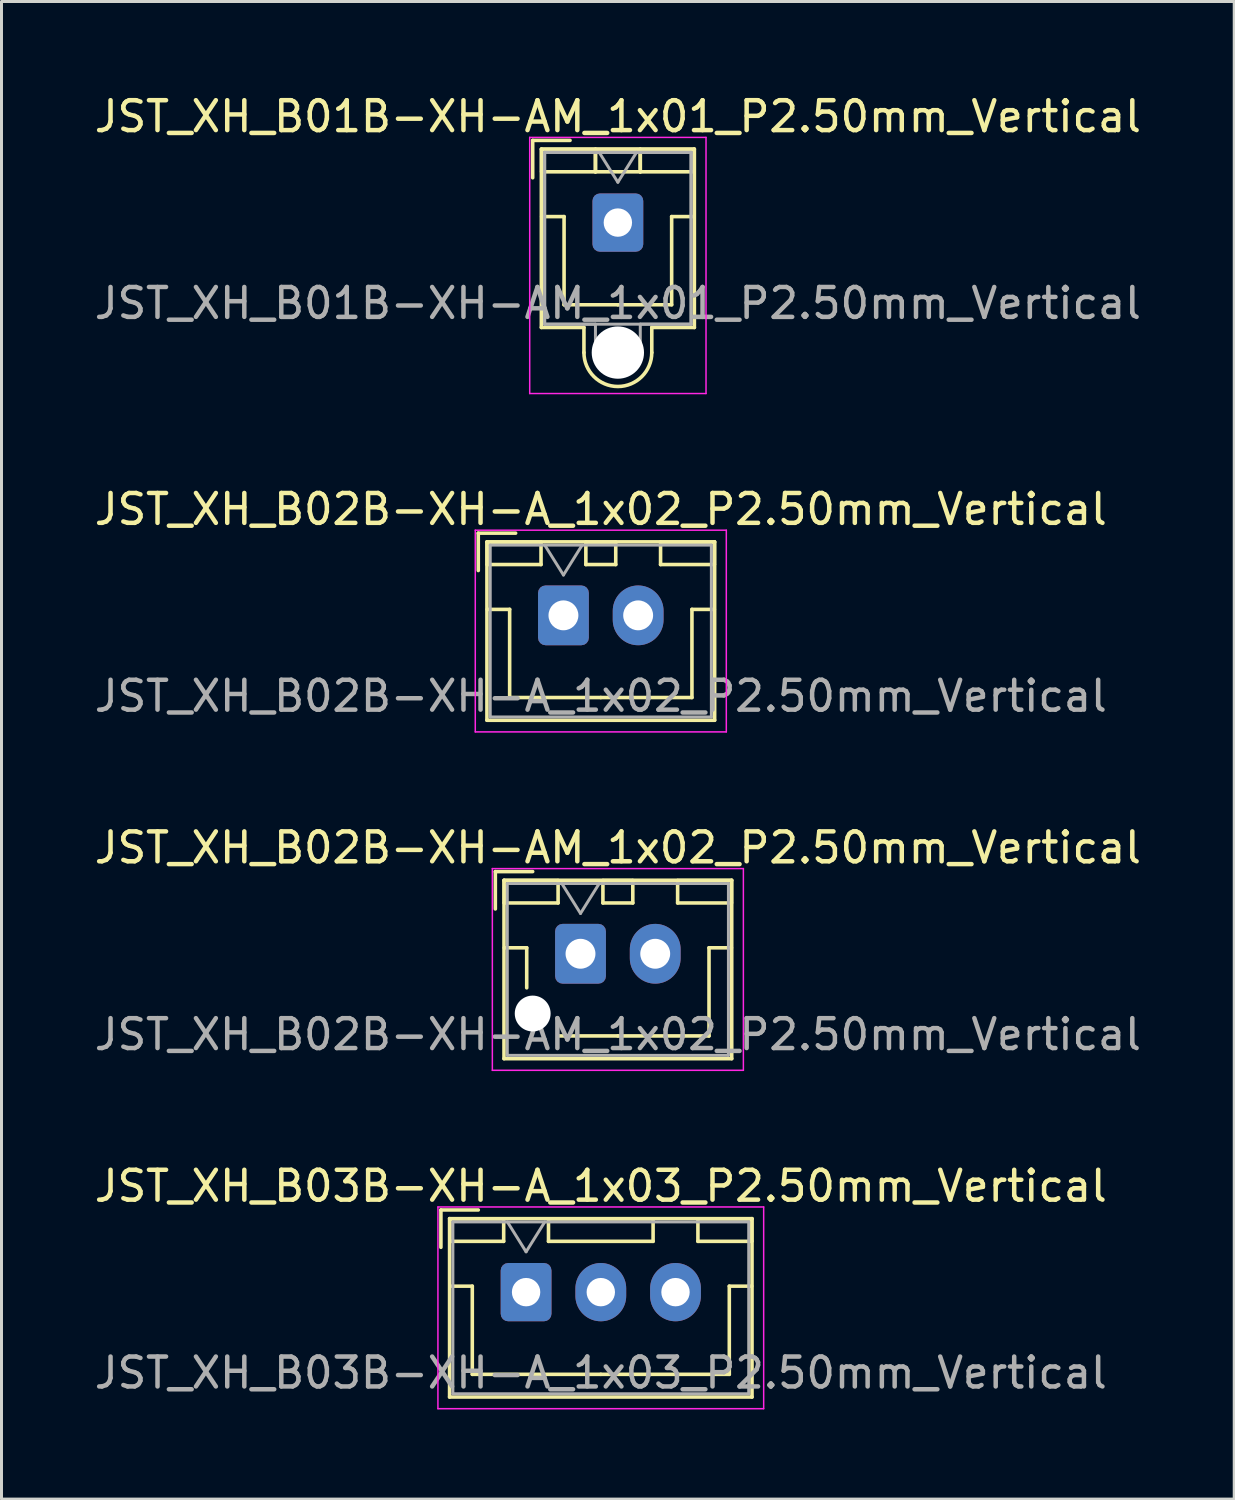
<source format=kicad_pcb>
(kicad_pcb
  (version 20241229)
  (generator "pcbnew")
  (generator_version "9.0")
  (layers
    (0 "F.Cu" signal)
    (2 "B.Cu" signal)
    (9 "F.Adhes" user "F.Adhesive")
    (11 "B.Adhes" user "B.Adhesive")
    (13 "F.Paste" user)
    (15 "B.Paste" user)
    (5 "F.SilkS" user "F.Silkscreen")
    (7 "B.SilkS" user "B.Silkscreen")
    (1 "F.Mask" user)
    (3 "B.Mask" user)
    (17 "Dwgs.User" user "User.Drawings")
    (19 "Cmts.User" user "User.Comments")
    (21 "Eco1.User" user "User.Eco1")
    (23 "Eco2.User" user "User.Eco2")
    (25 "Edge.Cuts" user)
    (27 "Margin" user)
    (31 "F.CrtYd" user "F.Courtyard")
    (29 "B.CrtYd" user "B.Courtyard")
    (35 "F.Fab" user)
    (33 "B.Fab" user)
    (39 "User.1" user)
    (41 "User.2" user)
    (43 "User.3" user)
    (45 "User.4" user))
  (footprint "JST_XH_B03B-XH-A_1x03_P2.50mm_Vertical"
    (layer "F.Cu")
    (at 14.554 40.188)
    (property "Reference" "JST_XH_B03B-XH-A_1x03_P2.50mm_Vertical" (at 2.5 -3.55 0) (layer "F.SilkS") (effects (font (size 1 1) (thickness 0.15))))
    (attr through_hole)
    (fp_line (start -2.85 -2.75) (end -2.85 -1.5) (stroke (width 0.12) (type solid)) (layer "F.SilkS"))
    (fp_line (start -2.56 -2.46) (end -2.56 3.51) (stroke (width 0.12) (type solid)) (layer "F.SilkS"))
    (fp_line (start -2.56 3.51) (end 7.56 3.51) (stroke (width 0.12) (type solid)) (layer "F.SilkS"))
    (fp_line (start -2.55 -2.45) (end -2.55 -1.7) (stroke (width 0.12) (type solid)) (layer "F.SilkS"))
    (fp_line (start -2.55 -1.7) (end -0.75 -1.7) (stroke (width 0.12) (type solid)) (layer "F.SilkS"))
    (fp_line (start -2.55 -0.2) (end -1.8 -0.2) (stroke (width 0.12) (type solid)) (layer "F.SilkS"))
    (fp_line (start -1.8 -0.2) (end -1.8 2.75) (stroke (width 0.12) (type solid)) (layer "F.SilkS"))
    (fp_line (start -1.8 2.75) (end 2.5 2.75) (stroke (width 0.12) (type solid)) (layer "F.SilkS"))
    (fp_line (start -1.6 -2.75) (end -2.85 -2.75) (stroke (width 0.12) (type solid)) (layer "F.SilkS"))
    (fp_line (start -0.75 -2.45) (end -2.55 -2.45) (stroke (width 0.12) (type solid)) (layer "F.SilkS"))
    (fp_line (start -0.75 -1.7) (end -0.75 -2.45) (stroke (width 0.12) (type solid)) (layer "F.SilkS"))
    (fp_line (start 0.75 -2.45) (end 0.75 -1.7) (stroke (width 0.12) (type solid)) (layer "F.SilkS"))
    (fp_line (start 0.75 -1.7) (end 4.25 -1.7) (stroke (width 0.12) (type solid)) (layer "F.SilkS"))
    (fp_line (start 4.25 -2.45) (end 0.75 -2.45) (stroke (width 0.12) (type solid)) (layer "F.SilkS"))
    (fp_line (start 4.25 -1.7) (end 4.25 -2.45) (stroke (width 0.12) (type solid)) (layer "F.SilkS"))
    (fp_line (start 5.75 -2.45) (end 5.75 -1.7) (stroke (width 0.12) (type solid)) (layer "F.SilkS"))
    (fp_line (start 5.75 -1.7) (end 7.55 -1.7) (stroke (width 0.12) (type solid)) (layer "F.SilkS"))
    (fp_line (start 6.8 -0.2) (end 6.8 2.75) (stroke (width 0.12) (type solid)) (layer "F.SilkS"))
    (fp_line (start 6.8 2.75) (end 2.5 2.75) (stroke (width 0.12) (type solid)) (layer "F.SilkS"))
    (fp_line (start 7.55 -2.45) (end 5.75 -2.45) (stroke (width 0.12) (type solid)) (layer "F.SilkS"))
    (fp_line (start 7.55 -1.7) (end 7.55 -2.45) (stroke (width 0.12) (type solid)) (layer "F.SilkS"))
    (fp_line (start 7.55 -0.2) (end 6.8 -0.2) (stroke (width 0.12) (type solid)) (layer "F.SilkS"))
    (fp_line (start 7.56 -2.46) (end -2.56 -2.46) (stroke (width 0.12) (type solid)) (layer "F.SilkS"))
    (fp_line (start 7.56 3.51) (end 7.56 -2.46) (stroke (width 0.12) (type solid)) (layer "F.SilkS"))
    (fp_line (start -2.95 -2.85) (end -2.95 3.9) (stroke (width 0.05) (type solid)) (layer "F.CrtYd"))
    (fp_line (start -2.95 3.9) (end 7.95 3.9) (stroke (width 0.05) (type solid)) (layer "F.CrtYd"))
    (fp_line (start 7.95 -2.85) (end -2.95 -2.85) (stroke (width 0.05) (type solid)) (layer "F.CrtYd"))
    (fp_line (start 7.95 3.9) (end 7.95 -2.85) (stroke (width 0.05) (type solid)) (layer "F.CrtYd"))
    (fp_line (start -2.45 -2.35) (end -2.45 3.4) (stroke (width 0.1) (type solid)) (layer "F.Fab"))
    (fp_line (start -2.45 3.4) (end 7.45 3.4) (stroke (width 0.1) (type solid)) (layer "F.Fab"))
    (fp_line (start -0.625 -2.35) (end 0 -1.35) (stroke (width 0.1) (type solid)) (layer "F.Fab"))
    (fp_line (start 0 -1.35) (end 0.625 -2.35) (stroke (width 0.1) (type solid)) (layer "F.Fab"))
    (fp_line (start 7.45 -2.35) (end -2.45 -2.35) (stroke (width 0.1) (type solid)) (layer "F.Fab"))
    (fp_line (start 7.45 3.4) (end 7.45 -2.35) (stroke (width 0.1) (type solid)) (layer "F.Fab"))
    (fp_text user "${REFERENCE}" (at 2.5 2.7 0) (layer "F.Fab") (effects (font (size 1 1) (thickness 0.15))))
    (pad "1" thru_hole roundrect (at 0 0) (size 1.7 1.95) (drill 0.95) (layers "*.Cu" "*.Mask") (roundrect_rratio 0.147))
    (pad "2" thru_hole oval (at 2.5 0) (size 1.7 1.95) (drill 0.95) (layers "*.Cu" "*.Mask"))
    (pad "3" thru_hole oval (at 5 0) (size 1.7 1.95) (drill 0.95) (layers "*.Cu" "*.Mask")))
  (footprint "JST_XH_B02B-XH-AM_1x02_P2.50mm_Vertical"
    (layer "F.Cu")
    (at 16.375 28.865)
    (property "Reference" "JST_XH_B02B-XH-AM_1x02_P2.50mm_Vertical" (at 1.25 -3.55 0) (layer "F.SilkS") (effects (font (size 1 1) (thickness 0.15))))
    (attr through_hole)
    (fp_line (start -2.85 -2.75) (end -2.85 -1.5) (stroke (width 0.12) (type solid)) (layer "F.SilkS"))
    (fp_line (start -2.56 -2.46) (end -2.56 3.51) (stroke (width 0.12) (type solid)) (layer "F.SilkS"))
    (fp_line (start -2.56 3.51) (end 5.06 3.51) (stroke (width 0.12) (type solid)) (layer "F.SilkS"))
    (fp_line (start -2.55 -2.45) (end -2.55 -1.7) (stroke (width 0.12) (type solid)) (layer "F.SilkS"))
    (fp_line (start -2.55 -1.7) (end -0.75 -1.7) (stroke (width 0.12) (type solid)) (layer "F.SilkS"))
    (fp_line (start -2.55 -0.2) (end -1.8 -0.2) (stroke (width 0.12) (type solid)) (layer "F.SilkS"))
    (fp_line (start -1.8 -0.2) (end -1.8 1.14) (stroke (width 0.12) (type solid)) (layer "F.SilkS"))
    (fp_line (start -1.6 -2.75) (end -2.85 -2.75) (stroke (width 0.12) (type solid)) (layer "F.SilkS"))
    (fp_line (start -0.75 -2.45) (end -2.55 -2.45) (stroke (width 0.12) (type solid)) (layer "F.SilkS"))
    (fp_line (start -0.75 -1.7) (end -0.75 -2.45) (stroke (width 0.12) (type solid)) (layer "F.SilkS"))
    (fp_line (start 0.75 -2.45) (end 0.75 -1.7) (stroke (width 0.12) (type solid)) (layer "F.SilkS"))
    (fp_line (start 0.75 -1.7) (end 1.75 -1.7) (stroke (width 0.12) (type solid)) (layer "F.SilkS"))
    (fp_line (start 1.25 2.75) (end -0.74 2.75) (stroke (width 0.12) (type solid)) (layer "F.SilkS"))
    (fp_line (start 1.75 -2.45) (end 0.75 -2.45) (stroke (width 0.12) (type solid)) (layer "F.SilkS"))
    (fp_line (start 1.75 -1.7) (end 1.75 -2.45) (stroke (width 0.12) (type solid)) (layer "F.SilkS"))
    (fp_line (start 3.25 -2.45) (end 3.25 -1.7) (stroke (width 0.12) (type solid)) (layer "F.SilkS"))
    (fp_line (start 3.25 -1.7) (end 5.05 -1.7) (stroke (width 0.12) (type solid)) (layer "F.SilkS"))
    (fp_line (start 4.3 -0.2) (end 4.3 2.75) (stroke (width 0.12) (type solid)) (layer "F.SilkS"))
    (fp_line (start 4.3 2.75) (end 1.25 2.75) (stroke (width 0.12) (type solid)) (layer "F.SilkS"))
    (fp_line (start 5.05 -2.45) (end 3.25 -2.45) (stroke (width 0.12) (type solid)) (layer "F.SilkS"))
    (fp_line (start 5.05 -1.7) (end 5.05 -2.45) (stroke (width 0.12) (type solid)) (layer "F.SilkS"))
    (fp_line (start 5.05 -0.2) (end 4.3 -0.2) (stroke (width 0.12) (type solid)) (layer "F.SilkS"))
    (fp_line (start 5.06 -2.46) (end -2.56 -2.46) (stroke (width 0.12) (type solid)) (layer "F.SilkS"))
    (fp_line (start 5.06 3.51) (end 5.06 -2.46) (stroke (width 0.12) (type solid)) (layer "F.SilkS"))
    (fp_line (start -2.95 -2.85) (end -2.95 3.9) (stroke (width 0.05) (type solid)) (layer "F.CrtYd"))
    (fp_line (start -2.95 3.9) (end 5.45 3.9) (stroke (width 0.05) (type solid)) (layer "F.CrtYd"))
    (fp_line (start 5.45 -2.85) (end -2.95 -2.85) (stroke (width 0.05) (type solid)) (layer "F.CrtYd"))
    (fp_line (start 5.45 3.9) (end 5.45 -2.85) (stroke (width 0.05) (type solid)) (layer "F.CrtYd"))
    (fp_line (start -2.45 -2.35) (end -2.45 3.4) (stroke (width 0.1) (type solid)) (layer "F.Fab"))
    (fp_line (start -2.45 3.4) (end 4.95 3.4) (stroke (width 0.1) (type solid)) (layer "F.Fab"))
    (fp_line (start -0.625 -2.35) (end 0 -1.35) (stroke (width 0.1) (type solid)) (layer "F.Fab"))
    (fp_line (start 0 -1.35) (end 0.625 -2.35) (stroke (width 0.1) (type solid)) (layer "F.Fab"))
    (fp_line (start 4.95 -2.35) (end -2.45 -2.35) (stroke (width 0.1) (type solid)) (layer "F.Fab"))
    (fp_line (start 4.95 3.4) (end 4.95 -2.35) (stroke (width 0.1) (type solid)) (layer "F.Fab"))
    (fp_text user "${REFERENCE}" (at 1.25 2.7 0) (layer "F.Fab") (effects (font (size 1 1) (thickness 0.15))))
    (pad "" np_thru_hole circle (at -1.6 2) (size 1.2 1.2) (drill 1.2) (layers "*.Cu" "*.Mask"))
    (pad "1" thru_hole roundrect (at 0 0) (size 1.7 2) (drill 1) (layers "*.Cu" "*.Mask") (roundrect_rratio 0.147))
    (pad "2" thru_hole oval (at 2.5 0) (size 1.7 2) (drill 1) (layers "*.Cu" "*.Mask")))
  (footprint "JST_XH_B02B-XH-A_1x02_P2.50mm_Vertical"
    (layer "F.Cu")
    (at 15.804 17.541)
    (property "Reference" "JST_XH_B02B-XH-A_1x02_P2.50mm_Vertical" (at 1.25 -3.55 0) (layer "F.SilkS") (effects (font (size 1 1) (thickness 0.15))))
    (attr through_hole)
    (fp_line (start -2.85 -2.75) (end -2.85 -1.5) (stroke (width 0.12) (type solid)) (layer "F.SilkS"))
    (fp_line (start -2.56 -2.46) (end -2.56 3.51) (stroke (width 0.12) (type solid)) (layer "F.SilkS"))
    (fp_line (start -2.56 3.51) (end 5.06 3.51) (stroke (width 0.12) (type solid)) (layer "F.SilkS"))
    (fp_line (start -2.55 -2.45) (end -2.55 -1.7) (stroke (width 0.12) (type solid)) (layer "F.SilkS"))
    (fp_line (start -2.55 -1.7) (end -0.75 -1.7) (stroke (width 0.12) (type solid)) (layer "F.SilkS"))
    (fp_line (start -2.55 -0.2) (end -1.8 -0.2) (stroke (width 0.12) (type solid)) (layer "F.SilkS"))
    (fp_line (start -1.8 -0.2) (end -1.8 2.75) (stroke (width 0.12) (type solid)) (layer "F.SilkS"))
    (fp_line (start -1.8 2.75) (end 1.25 2.75) (stroke (width 0.12) (type solid)) (layer "F.SilkS"))
    (fp_line (start -1.6 -2.75) (end -2.85 -2.75) (stroke (width 0.12) (type solid)) (layer "F.SilkS"))
    (fp_line (start -0.75 -2.45) (end -2.55 -2.45) (stroke (width 0.12) (type solid)) (layer "F.SilkS"))
    (fp_line (start -0.75 -1.7) (end -0.75 -2.45) (stroke (width 0.12) (type solid)) (layer "F.SilkS"))
    (fp_line (start 0.75 -2.45) (end 0.75 -1.7) (stroke (width 0.12) (type solid)) (layer "F.SilkS"))
    (fp_line (start 0.75 -1.7) (end 1.75 -1.7) (stroke (width 0.12) (type solid)) (layer "F.SilkS"))
    (fp_line (start 1.75 -2.45) (end 0.75 -2.45) (stroke (width 0.12) (type solid)) (layer "F.SilkS"))
    (fp_line (start 1.75 -1.7) (end 1.75 -2.45) (stroke (width 0.12) (type solid)) (layer "F.SilkS"))
    (fp_line (start 3.25 -2.45) (end 3.25 -1.7) (stroke (width 0.12) (type solid)) (layer "F.SilkS"))
    (fp_line (start 3.25 -1.7) (end 5.05 -1.7) (stroke (width 0.12) (type solid)) (layer "F.SilkS"))
    (fp_line (start 4.3 -0.2) (end 4.3 2.75) (stroke (width 0.12) (type solid)) (layer "F.SilkS"))
    (fp_line (start 4.3 2.75) (end 1.25 2.75) (stroke (width 0.12) (type solid)) (layer "F.SilkS"))
    (fp_line (start 5.05 -2.45) (end 3.25 -2.45) (stroke (width 0.12) (type solid)) (layer "F.SilkS"))
    (fp_line (start 5.05 -1.7) (end 5.05 -2.45) (stroke (width 0.12) (type solid)) (layer "F.SilkS"))
    (fp_line (start 5.05 -0.2) (end 4.3 -0.2) (stroke (width 0.12) (type solid)) (layer "F.SilkS"))
    (fp_line (start 5.06 -2.46) (end -2.56 -2.46) (stroke (width 0.12) (type solid)) (layer "F.SilkS"))
    (fp_line (start 5.06 3.51) (end 5.06 -2.46) (stroke (width 0.12) (type solid)) (layer "F.SilkS"))
    (fp_line (start -2.95 -2.85) (end -2.95 3.9) (stroke (width 0.05) (type solid)) (layer "F.CrtYd"))
    (fp_line (start -2.95 3.9) (end 5.45 3.9) (stroke (width 0.05) (type solid)) (layer "F.CrtYd"))
    (fp_line (start 5.45 -2.85) (end -2.95 -2.85) (stroke (width 0.05) (type solid)) (layer "F.CrtYd"))
    (fp_line (start 5.45 3.9) (end 5.45 -2.85) (stroke (width 0.05) (type solid)) (layer "F.CrtYd"))
    (fp_line (start -2.45 -2.35) (end -2.45 3.4) (stroke (width 0.1) (type solid)) (layer "F.Fab"))
    (fp_line (start -2.45 3.4) (end 4.95 3.4) (stroke (width 0.1) (type solid)) (layer "F.Fab"))
    (fp_line (start -0.625 -2.35) (end 0 -1.35) (stroke (width 0.1) (type solid)) (layer "F.Fab"))
    (fp_line (start 0 -1.35) (end 0.625 -2.35) (stroke (width 0.1) (type solid)) (layer "F.Fab"))
    (fp_line (start 4.95 -2.35) (end -2.45 -2.35) (stroke (width 0.1) (type solid)) (layer "F.Fab"))
    (fp_line (start 4.95 3.4) (end 4.95 -2.35) (stroke (width 0.1) (type solid)) (layer "F.Fab"))
    (fp_text user "${REFERENCE}" (at 1.25 2.7 0) (layer "F.Fab") (effects (font (size 1 1) (thickness 0.15))))
    (pad "1" thru_hole roundrect (at 0 0) (size 1.7 2) (drill 1) (layers "*.Cu" "*.Mask") (roundrect_rratio 0.147))
    (pad "2" thru_hole oval (at 2.5 0) (size 1.7 2) (drill 1) (layers "*.Cu" "*.Mask")))
  (footprint "JST_XH_B01B-XH-AM_1x01_P2.50mm_Vertical"
    (layer "F.Cu")
    (at 17.625 4.398)
    (property "Reference" "JST_XH_B01B-XH-AM_1x01_P2.50mm_Vertical" (at 0 -3.55 0) (layer "F.SilkS") (effects (font (size 1 1) (thickness 0.15))))
    (attr through_hole)
    (fp_line (start -2.85 -2.75) (end -2.85 -1.5) (stroke (width 0.12) (type solid)) (layer "F.SilkS"))
    (fp_line (start -2.56 -2.46) (end 2.56 -2.46) (stroke (width 0.12) (type solid)) (layer "F.SilkS"))
    (fp_line (start -2.56 3.51) (end -2.56 -2.46) (stroke (width 0.12) (type solid)) (layer "F.SilkS"))
    (fp_line (start -2.55 -2.45) (end -2.55 -1.7) (stroke (width 0.12) (type solid)) (layer "F.SilkS"))
    (fp_line (start -2.55 -1.7) (end -0.75 -1.7) (stroke (width 0.12) (type solid)) (layer "F.SilkS"))
    (fp_line (start -2.55 -0.2) (end -1.8 -0.2) (stroke (width 0.12) (type solid)) (layer "F.SilkS"))
    (fp_line (start -1.8 -0.2) (end -1.8 2.75) (stroke (width 0.12) (type solid)) (layer "F.SilkS"))
    (fp_line (start -1.8 2.75) (end 0 2.75) (stroke (width 0.12) (type solid)) (layer "F.SilkS"))
    (fp_line (start -1.6 -2.75) (end -2.85 -2.75) (stroke (width 0.12) (type solid)) (layer "F.SilkS"))
    (fp_line (start -1.135 3.51) (end -2.56 3.51) (stroke (width 0.12) (type solid)) (layer "F.SilkS"))
    (fp_line (start -1.135 4.35) (end -1.135 3.51) (stroke (width 0.12) (type solid)) (layer "F.SilkS"))
    (fp_line (start -0.75 -2.45) (end -2.55 -2.45) (stroke (width 0.12) (type solid)) (layer "F.SilkS"))
    (fp_line (start -0.75 -2.45) (end 0.75 -2.45) (stroke (width 0.12) (type solid)) (layer "F.SilkS"))
    (fp_line (start -0.75 -1.7) (end -0.75 -2.45) (stroke (width 0.12) (type solid)) (layer "F.SilkS"))
    (fp_line (start -0.75 -1.7) (end -0.75 -2.45) (stroke (width 0.12) (type solid)) (layer "F.SilkS"))
    (fp_line (start 0.75 -2.45) (end 0.75 -1.7) (stroke (width 0.12) (type solid)) (layer "F.SilkS"))
    (fp_line (start 0.75 -2.45) (end 0.75 -1.7) (stroke (width 0.12) (type solid)) (layer "F.SilkS"))
    (fp_line (start 0.75 -1.7) (end -0.75 -1.7) (stroke (width 0.12) (type solid)) (layer "F.SilkS"))
    (fp_line (start 0.75 -1.7) (end 2.55 -1.7) (stroke (width 0.12) (type solid)) (layer "F.SilkS"))
    (fp_line (start 1.135 3.51) (end 1.135 4.35) (stroke (width 0.12) (type solid)) (layer "F.SilkS"))
    (fp_line (start 1.8 -0.2) (end 1.8 2.75) (stroke (width 0.12) (type solid)) (layer "F.SilkS"))
    (fp_line (start 1.8 2.75) (end 0 2.75) (stroke (width 0.12) (type solid)) (layer "F.SilkS"))
    (fp_line (start 2.55 -2.45) (end 0.75 -2.45) (stroke (width 0.12) (type solid)) (layer "F.SilkS"))
    (fp_line (start 2.55 -1.7) (end 2.55 -2.45) (stroke (width 0.12) (type solid)) (layer "F.SilkS"))
    (fp_line (start 2.55 -0.2) (end 1.8 -0.2) (stroke (width 0.12) (type solid)) (layer "F.SilkS"))
    (fp_line (start 2.56 -2.46) (end 2.56 3.51) (stroke (width 0.12) (type solid)) (layer "F.SilkS"))
    (fp_line (start 2.56 3.51) (end 1.135 3.51) (stroke (width 0.12) (type solid)) (layer "F.SilkS"))
    (fp_arc (start 1.135 4.35) (mid 0 5.485) (end -1.135 4.35) (stroke (width 0.12) (type solid)) (layer "F.SilkS"))
    (fp_line (start -2.95 -2.85) (end -2.95 5.72) (stroke (width 0.05) (type solid)) (layer "F.CrtYd"))
    (fp_line (start -2.95 5.72) (end 2.95 5.72) (stroke (width 0.05) (type solid)) (layer "F.CrtYd"))
    (fp_line (start 2.95 -2.85) (end -2.95 -2.85) (stroke (width 0.05) (type solid)) (layer "F.CrtYd"))
    (fp_line (start 2.95 5.72) (end 2.95 -2.85) (stroke (width 0.05) (type solid)) (layer "F.CrtYd"))
    (fp_line (start -2.45 -2.35) (end -2.45 3.4) (stroke (width 0.1) (type solid)) (layer "F.Fab"))
    (fp_line (start -2.45 -2.35) (end 2.45 -2.35) (stroke (width 0.1) (type solid)) (layer "F.Fab"))
    (fp_line (start -2.45 3.4) (end -2.45 -2.35) (stroke (width 0.1) (type solid)) (layer "F.Fab"))
    (fp_line (start -2.45 3.4) (end 2.45 3.4) (stroke (width 0.1) (type solid)) (layer "F.Fab"))
    (fp_line (start -0.75 3.4) (end -2.45 3.4) (stroke (width 0.1) (type solid)) (layer "F.Fab"))
    (fp_line (start -0.75 4.35) (end -0.75 3.4) (stroke (width 0.1) (type solid)) (layer "F.Fab"))
    (fp_line (start -0.625 -2.35) (end 0 -1.35) (stroke (width 0.1) (type solid)) (layer "F.Fab"))
    (fp_line (start 0 -1.35) (end 0.625 -2.35) (stroke (width 0.1) (type solid)) (layer "F.Fab"))
    (fp_line (start 0.75 3.4) (end 0.75 4.35) (stroke (width 0.1) (type solid)) (layer "F.Fab"))
    (fp_line (start 2.45 -2.35) (end -2.45 -2.35) (stroke (width 0.1) (type solid)) (layer "F.Fab"))
    (fp_line (start 2.45 -2.35) (end 2.45 3.4) (stroke (width 0.1) (type solid)) (layer "F.Fab"))
    (fp_line (start 2.45 3.4) (end 0.75 3.4) (stroke (width 0.1) (type solid)) (layer "F.Fab"))
    (fp_line (start 2.45 3.4) (end 2.45 -2.35) (stroke (width 0.1) (type solid)) (layer "F.Fab"))
    (fp_arc (start 0.75 4.35) (mid 0 5.1) (end -0.75 4.35) (stroke (width 0.1) (type solid)) (layer "F.Fab"))
    (fp_text user "${REFERENCE}" (at 0 2.7 0) (layer "F.Fab") (effects (font (size 1 1) (thickness 0.15))))
    (pad "" np_thru_hole circle (at 0 4.35) (size 1.75 1.75) (drill 1.75) (layers "*.Cu" "*.Mask"))
    (pad "1" thru_hole roundrect (at 0 0) (size 1.7 1.95) (drill 0.95) (layers "*.Cu" "*.Mask") (roundrect_rratio 0.147)))
  (gr_rect
    (start -3 -3)
    (end 38.25 47.113)
    (stroke (width 0.1) (type default))
    (fill no)
    (layer "Edge.Cuts")))
</source>
